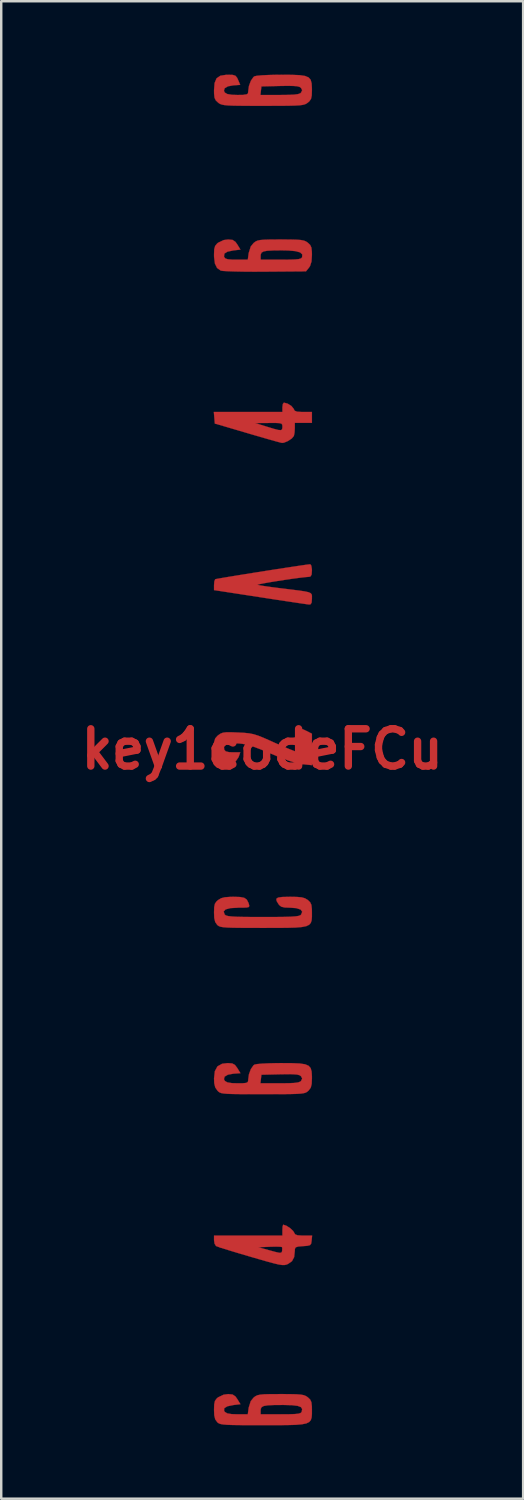
<source format=kicad_pcb>
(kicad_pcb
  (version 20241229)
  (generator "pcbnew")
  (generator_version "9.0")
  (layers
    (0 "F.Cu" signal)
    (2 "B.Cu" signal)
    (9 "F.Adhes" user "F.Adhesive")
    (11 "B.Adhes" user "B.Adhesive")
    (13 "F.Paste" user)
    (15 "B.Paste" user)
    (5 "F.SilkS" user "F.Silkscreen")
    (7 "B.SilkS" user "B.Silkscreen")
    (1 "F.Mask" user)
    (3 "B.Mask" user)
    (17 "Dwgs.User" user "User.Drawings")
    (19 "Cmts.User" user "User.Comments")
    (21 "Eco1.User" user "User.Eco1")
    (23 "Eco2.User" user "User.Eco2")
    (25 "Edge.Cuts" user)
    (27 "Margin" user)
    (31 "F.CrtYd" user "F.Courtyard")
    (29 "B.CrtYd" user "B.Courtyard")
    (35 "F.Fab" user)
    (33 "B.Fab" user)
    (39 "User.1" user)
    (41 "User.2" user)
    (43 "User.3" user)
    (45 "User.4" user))
  (footprint "key1codeFCu"
    (layer "F.Cu")
    (at 7.664 27.564)
    (property "Reference" "key1codeFCu" (at 0 0 0) (layer "F.Cu") (effects (font (size 1.524 1.524) (thickness 0.3))))
    (attr through_hole)
    (fp_poly (pts (xy 1.039 -14.121) (xy 1.192 -14.026) (xy 1.285 -13.914) (xy 1.29 -13.899) (xy 1.331 -13.829) (xy 1.425 -13.792) (xy 1.605 -13.78) (xy 1.677 -13.78) (xy 2.032 -13.78) (xy 2.032 -13.335) (xy 1.333 -13.335) (xy 1.333 -13.118) (xy 1.322 -12.937) (xy 1.295 -12.801) (xy 1.294 -12.798) (xy 1.206 -12.694) (xy 1.052 -12.592) (xy 0.889 -12.525) (xy 0.813 -12.515) (xy 0.73 -12.534) (xy 0.544 -12.584) (xy 0.274 -12.66) (xy -0.06 -12.756) (xy -0.441 -12.867) (xy -0.603 -12.915) (xy -1.937 -13.308) (xy -1.938 -13.326) (xy -0.286 -13.326) (xy 0.191 -13.178) (xy 0.473 -13.092) (xy 0.656 -13.045) (xy 0.762 -13.037) (xy 0.811 -13.067) (xy 0.825 -13.135) (xy 0.826 -13.176) (xy 0.821 -13.252) (xy 0.791 -13.299) (xy 0.71 -13.323) (xy 0.554 -13.331) (xy 0.297 -13.331) (xy 0.27 -13.33) (xy -0.286 -13.326) (xy -1.938 -13.326) (xy -1.956 -13.544) (xy -1.976 -13.78) (xy 0.826 -13.78) (xy 0.826 -13.97) (xy 0.843 -14.104) (xy 0.885 -14.16) (xy 0.886 -14.161) (xy 1.039 -14.121)) (stroke (width 0.01) (type solid)) (fill yes) (layer "F.Cu"))
    (fp_poly (pts (xy 0.988 19.472) (xy 1.141 19.571) (xy 1.264 19.686) (xy 1.302 19.748) (xy 1.345 19.823) (xy 1.438 19.862) (xy 1.613 19.875) (xy 1.691 19.875) (xy 2.04 19.875) (xy 2.02 20.082) (xy 2.002 20.202) (xy 1.953 20.266) (xy 1.842 20.294) (xy 1.667 20.307) (xy 1.473 20.323) (xy 1.373 20.354) (xy 1.337 20.418) (xy 1.333 20.498) (xy 1.306 20.753) (xy 1.218 20.921) (xy 1.058 21.033) (xy 0.986 21.063) (xy 0.911 21.079) (xy 0.814 21.078) (xy 0.677 21.057) (xy 0.484 21.012) (xy 0.218 20.94) (xy -0.14 20.838) (xy -0.477 20.74) (xy -0.872 20.624) (xy -1.227 20.517) (xy -1.525 20.425) (xy -1.745 20.354) (xy -1.751 20.352) (xy -0.159 20.352) (xy 0.318 20.484) (xy 0.556 20.548) (xy 0.7 20.579) (xy 0.773 20.576) (xy 0.804 20.541) (xy 0.815 20.494) (xy 0.819 20.38) (xy 0.807 20.343) (xy 0.733 20.332) (xy 0.567 20.327) (xy 0.342 20.332) (xy 0.309 20.333) (xy -0.159 20.352) (xy -1.751 20.352) (xy -1.87 20.309) (xy -1.889 20.3) (xy -1.947 20.205) (xy -1.968 20.062) (xy -1.968 19.875) (xy 0.826 19.875) (xy 0.826 19.653) (xy 0.834 19.506) (xy 0.856 19.433) (xy 0.86 19.431) (xy 0.988 19.472)) (stroke (width 0.01) (type solid)) (fill yes) (layer "F.Cu"))
    (fp_poly (pts (xy 2.007 -7.5) (xy 2.03 -7.359) (xy 2.032 -7.303) (xy 2.019 -7.132) (xy 1.971 -7.056) (xy 1.921 -7.044) (xy 1.761 -7.031) (xy 1.528 -7.004) (xy 1.245 -6.966) (xy 0.936 -6.921) (xy 0.624 -6.873) (xy 0.333 -6.826) (xy 0.085 -6.782) (xy -0.096 -6.746) (xy -0.187 -6.722) (xy -0.191 -6.715) (xy -0.095 -6.694) (xy 0.101 -6.663) (xy 0.37 -6.625) (xy 0.686 -6.584) (xy 0.762 -6.575) (xy 1.193 -6.522) (xy 1.513 -6.482) (xy 1.74 -6.448) (xy 1.89 -6.415) (xy 1.978 -6.377) (xy 2.02 -6.33) (xy 2.033 -6.268) (xy 2.032 -6.185) (xy 2.032 -6.152) (xy 2.02 -5.988) (xy 1.974 -5.919) (xy 1.921 -5.912) (xy 1.832 -5.923) (xy 1.634 -5.951) (xy 1.344 -5.994) (xy 0.977 -6.049) (xy 0.552 -6.113) (xy 0.083 -6.185) (xy -0.079 -6.21) (xy -1.968 -6.501) (xy -1.968 -6.708) (xy -1.955 -6.858) (xy -1.922 -6.942) (xy -1.92 -6.944) (xy -1.85 -6.96) (xy -1.673 -6.991) (xy -1.407 -7.036) (xy -1.073 -7.091) (xy -0.688 -7.153) (xy -0.272 -7.22) (xy 0.158 -7.288) (xy 0.581 -7.354) (xy 0.981 -7.415) (xy 1.336 -7.469) (xy 1.63 -7.513) (xy 1.843 -7.543) (xy 1.956 -7.556) (xy 1.965 -7.556) (xy 2.007 -7.5)) (stroke (width 0.01) (type solid)) (fill yes) (layer "F.Cu"))
    (fp_poly (pts (xy 1.697 -0.799) (xy 1.832 -0.735) (xy 1.845 -0.729) (xy 2.032 -0.632) (xy 2.032 0.011) (xy 2.032 0.653) (xy 1.648 0.613) (xy 1.389 0.564) (xy 1.053 0.459) (xy 0.629 0.296) (xy 0.362 0.184) (xy -0.034 0.018) (xy -0.344 -0.099) (xy -0.592 -0.175) (xy -0.806 -0.219) (xy -0.953 -0.235) (xy -1.262 -0.236) (xy -1.466 -0.188) (xy -1.561 -0.094) (xy -1.552 0.018) (xy -1.489 0.089) (xy -1.35 0.122) (xy -1.203 0.127) (xy -0.896 0.127) (xy -0.964 0.322) (xy -1.088 0.504) (xy -1.283 0.615) (xy -1.417 0.633) (xy -1.524 0.607) (xy -1.68 0.548) (xy -1.689 0.544) (xy -1.831 0.464) (xy -1.916 0.355) (xy -1.957 0.185) (xy -1.968 -0.077) (xy -1.968 -0.096) (xy -1.959 -0.307) (xy -1.92 -0.44) (xy -1.834 -0.54) (xy -1.794 -0.573) (xy -1.703 -0.636) (xy -1.604 -0.674) (xy -1.466 -0.692) (xy -1.26 -0.692) (xy -0.984 -0.681) (xy -0.732 -0.668) (xy -0.532 -0.647) (xy -0.353 -0.612) (xy -0.165 -0.553) (xy 0.065 -0.461) (xy 0.367 -0.327) (xy 0.508 -0.263) (xy 0.819 -0.126) (xy 1.095 -0.009) (xy 1.313 0.076) (xy 1.449 0.122) (xy 1.476 0.126) (xy 1.534 0.111) (xy 1.567 0.046) (xy 1.583 -0.094) (xy 1.587 -0.334) (xy 1.587 -0.349) (xy 1.592 -0.577) (xy 1.603 -0.745) (xy 1.619 -0.823) (xy 1.622 -0.826) (xy 1.697 -0.799)) (stroke (width 0.01) (type solid)) (fill yes) (layer "F.Cu"))
    (fp_poly (pts (xy 1.127 -20.827) (xy 1.392 -20.82) (xy 1.577 -20.807) (xy 1.702 -20.783) (xy 1.791 -20.747) (xy 1.865 -20.696) (xy 1.962 -20.604) (xy 2.012 -20.493) (xy 2.03 -20.322) (xy 2.032 -20.195) (xy 2.015 -19.928) (xy 1.957 -19.746) (xy 1.911 -19.676) (xy 1.789 -19.526) (xy 0.117 -19.513) (xy -0.338 -19.511) (xy -0.757 -19.514) (xy -1.12 -19.521) (xy -1.411 -19.531) (xy -1.609 -19.543) (xy -1.694 -19.557) (xy -1.843 -19.662) (xy -1.931 -19.841) (xy -1.967 -20.113) (xy -1.968 -20.216) (xy -1.96 -20.431) (xy -1.923 -20.564) (xy -1.842 -20.663) (xy -1.801 -20.696) (xy -1.575 -20.804) (xy -1.388 -20.828) (xy -1.209 -20.81) (xy -1.094 -20.733) (xy -1.015 -20.622) (xy -0.889 -20.415) (xy -1.175 -20.381) (xy -1.417 -20.331) (xy -1.543 -20.252) (xy -1.56 -20.137) (xy -1.551 -20.108) (xy -1.504 -20.051) (xy -1.401 -20.019) (xy -1.215 -20.004) (xy -1.049 -20.003) (xy -0.588 -20.003) (xy -0.568 -20.154) (xy -0.064 -20.154) (xy -0.064 -20.003) (xy 0.764 -20.003) (xy 1.108 -20.005) (xy 1.346 -20.012) (xy 1.498 -20.028) (xy 1.585 -20.055) (xy 1.626 -20.094) (xy 1.632 -20.107) (xy 1.637 -20.219) (xy 1.55 -20.3) (xy 1.36 -20.352) (xy 1.06 -20.379) (xy 0.787 -20.384) (xy 0.442 -20.38) (xy 0.204 -20.367) (xy 0.054 -20.339) (xy -0.027 -20.29) (xy -0.059 -20.215) (xy -0.064 -20.154) (xy -0.568 -20.154) (xy -0.552 -20.272) (xy -0.468 -20.541) (xy -0.35 -20.685) (xy -0.277 -20.741) (xy -0.196 -20.78) (xy -0.084 -20.805) (xy 0.082 -20.819) (xy 0.326 -20.826) (xy 0.668 -20.828) (xy 0.757 -20.828) (xy 1.127 -20.827)) (stroke (width 0.01) (type solid)) (fill yes) (layer "F.Cu"))
    (fp_poly (pts (xy 1.216 12.83) (xy 1.531 12.843) (xy 1.753 12.876) (xy 1.897 12.937) (xy 1.981 13.033) (xy 2.02 13.173) (xy 2.032 13.366) (xy 2.032 13.451) (xy 2.022 13.681) (xy 1.985 13.829) (xy 1.906 13.938) (xy 1.885 13.959) (xy 1.837 14) (xy 1.782 14.032) (xy 1.703 14.056) (xy 1.586 14.073) (xy 1.416 14.085) (xy 1.176 14.092) (xy 0.852 14.096) (xy 0.428 14.097) (xy 0.023 14.097) (xy -0.488 14.097) (xy -0.887 14.095) (xy -1.189 14.091) (xy -1.411 14.084) (xy -1.566 14.071) (xy -1.67 14.053) (xy -1.739 14.027) (xy -1.788 13.993) (xy -1.83 13.95) (xy -1.919 13.821) (xy -1.96 13.648) (xy -1.968 13.453) (xy -1.934 13.157) (xy -1.827 12.96) (xy -1.637 12.854) (xy -1.408 12.827) (xy -1.225 12.841) (xy -1.111 12.903) (xy -1.015 13.033) (xy -0.889 13.24) (xy -1.17 13.259) (xy -1.399 13.3) (xy -1.534 13.379) (xy -1.563 13.484) (xy -1.524 13.557) (xy -1.424 13.615) (xy -1.234 13.646) (xy -1.008 13.652) (xy -0.072 13.652) (xy 0.718 13.652) (xy 1.068 13.649) (xy 1.311 13.638) (xy 1.467 13.617) (xy 1.557 13.583) (xy 1.587 13.557) (xy 1.634 13.456) (xy 1.586 13.365) (xy 1.528 13.323) (xy 1.425 13.296) (xy 1.254 13.283) (xy 0.994 13.281) (xy 0.737 13.285) (xy -0.032 13.303) (xy -0.072 13.652) (xy -1.008 13.652) (xy -0.778 13.65) (xy -0.648 13.635) (xy -0.588 13.599) (xy -0.572 13.533) (xy -0.572 13.503) (xy -0.541 13.283) (xy -0.463 13.072) (xy -0.358 12.921) (xy -0.315 12.889) (xy -0.213 12.868) (xy -0.01 12.849) (xy 0.271 12.836) (xy 0.603 12.828) (xy 0.79 12.827) (xy 1.216 12.83)) (stroke (width 0.01) (type solid)) (fill yes) (layer "F.Cu"))
    (fp_poly (pts (xy 1.422 6.037) (xy 1.616 6.055) (xy 1.748 6.093) (xy 1.853 6.155) (xy 1.865 6.164) (xy 1.961 6.256) (xy 2.011 6.364) (xy 2.03 6.532) (xy 2.032 6.672) (xy 2.032 6.847) (xy 2.021 6.987) (xy 1.988 7.094) (xy 1.92 7.174) (xy 1.802 7.231) (xy 1.623 7.267) (xy 1.368 7.289) (xy 1.026 7.299) (xy 0.583 7.302) (xy 0.032 7.303) (xy -0.486 7.302) (xy -0.892 7.3) (xy -1.2 7.296) (xy -1.427 7.288) (xy -1.587 7.275) (xy -1.695 7.257) (xy -1.766 7.232) (xy -1.816 7.2) (xy -1.841 7.176) (xy -1.92 7.063) (xy -1.959 6.9) (xy -1.968 6.672) (xy -1.961 6.451) (xy -1.931 6.313) (xy -1.863 6.217) (xy -1.801 6.164) (xy -1.679 6.09) (xy -1.525 6.05) (xy -1.298 6.034) (xy -1.174 6.032) (xy -0.906 6.04) (xy -0.735 6.073) (xy -0.631 6.145) (xy -0.565 6.269) (xy -0.543 6.334) (xy -0.527 6.407) (xy -0.55 6.45) (xy -0.637 6.47) (xy -0.812 6.477) (xy -0.972 6.477) (xy -1.293 6.494) (xy -1.494 6.546) (xy -1.575 6.631) (xy -1.535 6.749) (xy -1.524 6.763) (xy -1.48 6.794) (xy -1.397 6.818) (xy -1.259 6.835) (xy -1.052 6.847) (xy -0.759 6.854) (xy -0.368 6.857) (xy 0.032 6.858) (xy 0.515 6.857) (xy 0.887 6.853) (xy 1.161 6.845) (xy 1.354 6.832) (xy 1.48 6.814) (xy 1.555 6.788) (xy 1.587 6.763) (xy 1.636 6.643) (xy 1.568 6.552) (xy 1.392 6.495) (xy 1.139 6.477) (xy 0.917 6.469) (xy 0.782 6.437) (xy 0.695 6.369) (xy 0.67 6.336) (xy 0.589 6.203) (xy 0.577 6.115) (xy 0.648 6.064) (xy 0.816 6.039) (xy 1.095 6.033) (xy 1.134 6.032) (xy 1.422 6.037)) (stroke (width 0.01) (type solid)) (fill yes) (layer "F.Cu"))
    (fp_poly (pts (xy 1.216 -27.556) (xy 1.531 -27.543) (xy 1.753 -27.51) (xy 1.897 -27.449) (xy 1.981 -27.353) (xy 2.02 -27.211) (xy 2.031 -27.017) (xy 2.032 -26.929) (xy 2.025 -26.707) (xy 1.994 -26.57) (xy 1.926 -26.474) (xy 1.865 -26.421) (xy 1.808 -26.381) (xy 1.743 -26.35) (xy 1.652 -26.327) (xy 1.52 -26.31) (xy 1.331 -26.3) (xy 1.069 -26.293) (xy 0.718 -26.29) (xy 0.264 -26.289) (xy 0.032 -26.289) (xy -0.473 -26.289) (xy -0.866 -26.292) (xy -1.164 -26.296) (xy -1.383 -26.305) (xy -1.537 -26.319) (xy -1.644 -26.339) (xy -1.719 -26.366) (xy -1.777 -26.402) (xy -1.801 -26.421) (xy -1.897 -26.512) (xy -1.948 -26.621) (xy -1.966 -26.789) (xy -1.968 -26.929) (xy -1.945 -27.222) (xy -1.865 -27.413) (xy -1.711 -27.519) (xy -1.467 -27.558) (xy -1.394 -27.559) (xy -1.201 -27.553) (xy -1.092 -27.519) (xy -1.025 -27.437) (xy -0.986 -27.353) (xy -0.899 -27.146) (xy -1.175 -27.127) (xy -1.401 -27.086) (xy -1.535 -27.006) (xy -1.563 -26.9) (xy -1.524 -26.829) (xy -1.424 -26.771) (xy -1.234 -26.74) (xy -1.008 -26.733) (xy -0.072 -26.733) (xy 0.718 -26.733) (xy 1.068 -26.737) (xy 1.311 -26.748) (xy 1.467 -26.769) (xy 1.557 -26.803) (xy 1.587 -26.829) (xy 1.634 -26.93) (xy 1.586 -27.021) (xy 1.528 -27.063) (xy 1.425 -27.09) (xy 1.254 -27.103) (xy 0.994 -27.105) (xy 0.737 -27.101) (xy -0.032 -27.083) (xy -0.072 -26.733) (xy -1.008 -26.733) (xy -0.778 -26.736) (xy -0.648 -26.751) (xy -0.588 -26.787) (xy -0.572 -26.853) (xy -0.572 -26.883) (xy -0.541 -27.103) (xy -0.463 -27.314) (xy -0.358 -27.465) (xy -0.315 -27.497) (xy -0.213 -27.518) (xy -0.01 -27.537) (xy 0.271 -27.55) (xy 0.603 -27.558) (xy 0.79 -27.559) (xy 1.216 -27.556)) (stroke (width 0.01) (type solid)) (fill yes) (layer "F.Cu"))
    (fp_poly (pts (xy 1.127 26.354) (xy 1.392 26.36) (xy 1.577 26.374) (xy 1.702 26.397) (xy 1.791 26.434) (xy 1.865 26.484) (xy 1.961 26.576) (xy 2.011 26.684) (xy 2.03 26.852) (xy 2.032 26.992) (xy 2.032 27.167) (xy 2.021 27.307) (xy 1.988 27.414) (xy 1.92 27.494) (xy 1.802 27.551) (xy 1.623 27.587) (xy 1.368 27.609) (xy 1.026 27.619) (xy 0.583 27.622) (xy 0.032 27.622) (xy -0.486 27.622) (xy -0.892 27.62) (xy -1.2 27.616) (xy -1.427 27.608) (xy -1.587 27.595) (xy -1.695 27.577) (xy -1.766 27.552) (xy -1.816 27.52) (xy -1.841 27.495) (xy -1.92 27.383) (xy -1.959 27.22) (xy -1.968 26.992) (xy -1.961 26.771) (xy -1.931 26.633) (xy -1.863 26.537) (xy -1.801 26.484) (xy -1.575 26.377) (xy -1.388 26.352) (xy -1.209 26.37) (xy -1.094 26.447) (xy -1.015 26.559) (xy -0.889 26.765) (xy -1.175 26.8) (xy -1.423 26.851) (xy -1.551 26.93) (xy -1.557 27.033) (xy -1.526 27.08) (xy -1.429 27.14) (xy -1.245 27.171) (xy -1.017 27.178) (xy -0.588 27.178) (xy -0.568 27.026) (xy -0.064 27.026) (xy -0.064 27.178) (xy 0.755 27.178) (xy 1.098 27.176) (xy 1.335 27.168) (xy 1.485 27.152) (xy 1.57 27.125) (xy 1.609 27.084) (xy 1.614 27.075) (xy 1.633 26.963) (xy 1.583 26.885) (xy 1.449 26.834) (xy 1.218 26.806) (xy 0.876 26.797) (xy 0.823 26.797) (xy 0.47 26.8) (xy 0.224 26.812) (xy 0.067 26.838) (xy -0.02 26.884) (xy -0.057 26.953) (xy -0.064 27.026) (xy -0.568 27.026) (xy -0.552 26.908) (xy -0.468 26.64) (xy -0.35 26.495) (xy -0.277 26.44) (xy -0.196 26.401) (xy -0.084 26.376) (xy 0.082 26.361) (xy 0.326 26.354) (xy 0.668 26.353) (xy 0.757 26.352) (xy 1.127 26.354)) (stroke (width 0.01) (type solid)) (fill yes) (layer "F.Cu")))
  (gr_rect
    (start -3 -3)
    (end 18.327 58.191)
    (stroke (width 0.1) (type default))
    (fill no)
    (layer "Edge.Cuts")))
</source>
